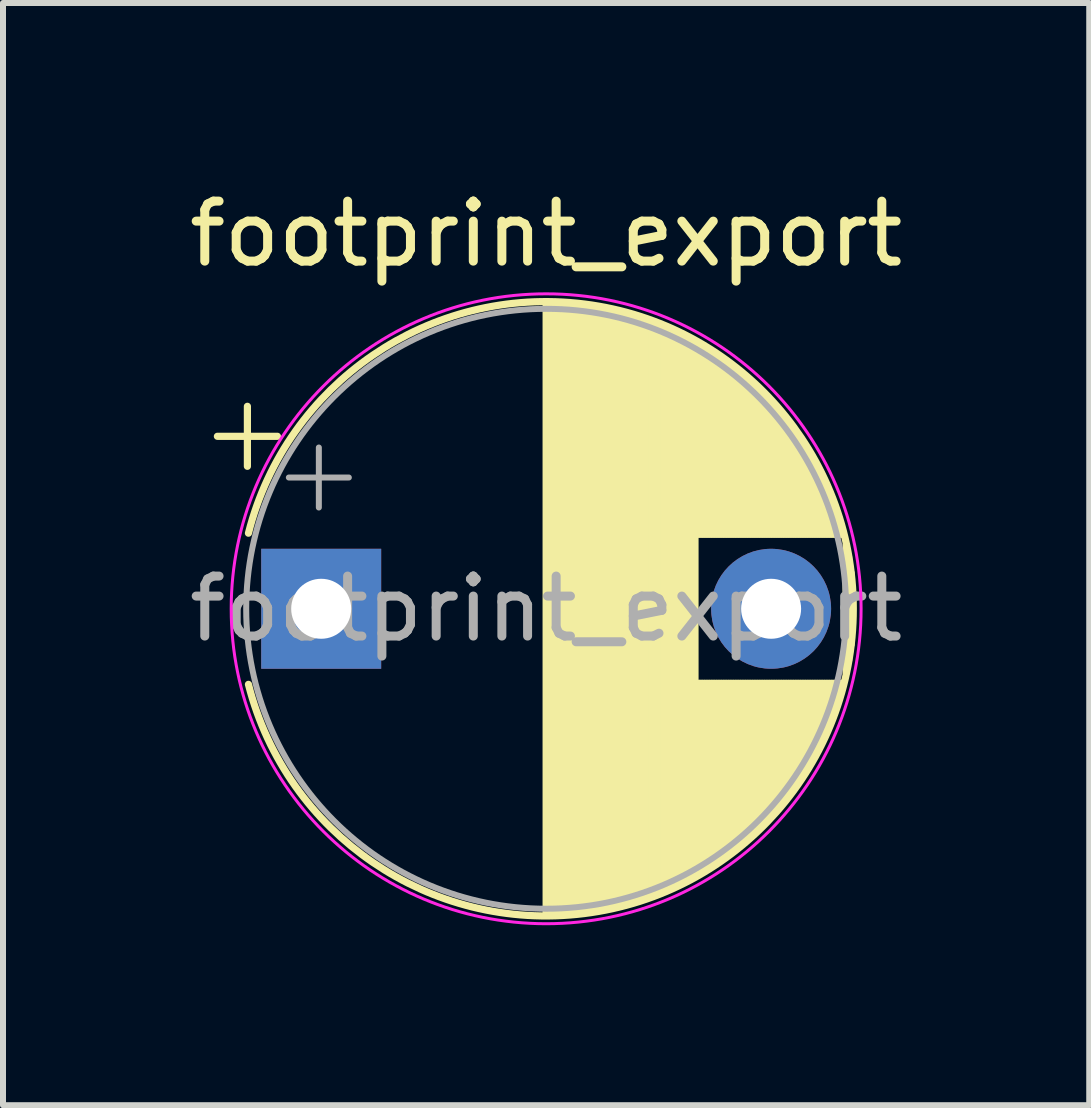
<source format=kicad_pcb>
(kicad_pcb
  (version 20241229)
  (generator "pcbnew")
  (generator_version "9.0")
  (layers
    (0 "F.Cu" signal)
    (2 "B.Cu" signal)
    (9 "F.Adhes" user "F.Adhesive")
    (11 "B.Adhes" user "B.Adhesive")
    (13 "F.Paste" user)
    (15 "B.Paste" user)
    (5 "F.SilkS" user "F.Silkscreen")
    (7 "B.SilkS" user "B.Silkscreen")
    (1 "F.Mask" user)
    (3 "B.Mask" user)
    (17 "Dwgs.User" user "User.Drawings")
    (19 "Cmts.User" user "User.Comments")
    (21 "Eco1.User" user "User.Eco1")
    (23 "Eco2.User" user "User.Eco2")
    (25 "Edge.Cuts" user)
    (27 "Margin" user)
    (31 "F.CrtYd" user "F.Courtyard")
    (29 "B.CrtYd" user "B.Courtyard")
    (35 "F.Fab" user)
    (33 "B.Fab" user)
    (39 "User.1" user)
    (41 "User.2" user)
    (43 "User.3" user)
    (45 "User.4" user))
  (footprint "footprint_export"
    (layer "F.Cu")
    (at 2.304 7.098)
    (property "Reference" "footprint_export" (at 3.75 -6.25 0) (layer "F.SilkS") (effects (font (size 1 1) (thickness 0.15))))
    (attr through_hole)
    (fp_line (start -1.73 -2.875) (end -0.73 -2.875) (stroke (width 0.12) (type solid)) (layer "F.SilkS"))
    (fp_line (start -1.23 -3.375) (end -1.23 -2.375) (stroke (width 0.12) (type solid)) (layer "F.SilkS"))
    (fp_line (start 3.75 -5.08) (end 3.75 5.08) (stroke (width 0.12) (type solid)) (layer "F.SilkS"))
    (fp_line (start 3.79 -5.08) (end 3.79 5.08) (stroke (width 0.12) (type solid)) (layer "F.SilkS"))
    (fp_line (start 3.83 -5.08) (end 3.83 5.08) (stroke (width 0.12) (type solid)) (layer "F.SilkS"))
    (fp_line (start 3.87 -5.079) (end 3.87 5.079) (stroke (width 0.12) (type solid)) (layer "F.SilkS"))
    (fp_line (start 3.91 -5.078) (end 3.91 5.078) (stroke (width 0.12) (type solid)) (layer "F.SilkS"))
    (fp_line (start 3.95 -5.077) (end 3.95 5.077) (stroke (width 0.12) (type solid)) (layer "F.SilkS"))
    (fp_line (start 3.99 -5.075) (end 3.99 5.075) (stroke (width 0.12) (type solid)) (layer "F.SilkS"))
    (fp_line (start 4.03 -5.073) (end 4.03 5.073) (stroke (width 0.12) (type solid)) (layer "F.SilkS"))
    (fp_line (start 4.07 -5.07) (end 4.07 5.07) (stroke (width 0.12) (type solid)) (layer "F.SilkS"))
    (fp_line (start 4.11 -5.068) (end 4.11 5.068) (stroke (width 0.12) (type solid)) (layer "F.SilkS"))
    (fp_line (start 4.15 -5.065) (end 4.15 5.065) (stroke (width 0.12) (type solid)) (layer "F.SilkS"))
    (fp_line (start 4.19 -5.062) (end 4.19 5.062) (stroke (width 0.12) (type solid)) (layer "F.SilkS"))
    (fp_line (start 4.23 -5.058) (end 4.23 5.058) (stroke (width 0.12) (type solid)) (layer "F.SilkS"))
    (fp_line (start 4.27 -5.054) (end 4.27 5.054) (stroke (width 0.12) (type solid)) (layer "F.SilkS"))
    (fp_line (start 4.31 -5.05) (end 4.31 5.05) (stroke (width 0.12) (type solid)) (layer "F.SilkS"))
    (fp_line (start 4.35 -5.045) (end 4.35 5.045) (stroke (width 0.12) (type solid)) (layer "F.SilkS"))
    (fp_line (start 4.39 -5.04) (end 4.39 5.04) (stroke (width 0.12) (type solid)) (layer "F.SilkS"))
    (fp_line (start 4.43 -5.035) (end 4.43 5.035) (stroke (width 0.12) (type solid)) (layer "F.SilkS"))
    (fp_line (start 4.471 -5.03) (end 4.471 5.03) (stroke (width 0.12) (type solid)) (layer "F.SilkS"))
    (fp_line (start 4.511 -5.024) (end 4.511 5.024) (stroke (width 0.12) (type solid)) (layer "F.SilkS"))
    (fp_line (start 4.551 -5.018) (end 4.551 5.018) (stroke (width 0.12) (type solid)) (layer "F.SilkS"))
    (fp_line (start 4.591 -5.011) (end 4.591 5.011) (stroke (width 0.12) (type solid)) (layer "F.SilkS"))
    (fp_line (start 4.631 -5.004) (end 4.631 5.004) (stroke (width 0.12) (type solid)) (layer "F.SilkS"))
    (fp_line (start 4.671 -4.997) (end 4.671 4.997) (stroke (width 0.12) (type solid)) (layer "F.SilkS"))
    (fp_line (start 4.711 -4.99) (end 4.711 4.99) (stroke (width 0.12) (type solid)) (layer "F.SilkS"))
    (fp_line (start 4.751 -4.982) (end 4.751 4.982) (stroke (width 0.12) (type solid)) (layer "F.SilkS"))
    (fp_line (start 4.791 -4.974) (end 4.791 4.974) (stroke (width 0.12) (type solid)) (layer "F.SilkS"))
    (fp_line (start 4.831 -4.965) (end 4.831 4.965) (stroke (width 0.12) (type solid)) (layer "F.SilkS"))
    (fp_line (start 4.871 -4.956) (end 4.871 4.956) (stroke (width 0.12) (type solid)) (layer "F.SilkS"))
    (fp_line (start 4.911 -4.947) (end 4.911 4.947) (stroke (width 0.12) (type solid)) (layer "F.SilkS"))
    (fp_line (start 4.951 -4.938) (end 4.951 4.938) (stroke (width 0.12) (type solid)) (layer "F.SilkS"))
    (fp_line (start 4.991 -4.928) (end 4.991 4.928) (stroke (width 0.12) (type solid)) (layer "F.SilkS"))
    (fp_line (start 5.031 -4.918) (end 5.031 4.918) (stroke (width 0.12) (type solid)) (layer "F.SilkS"))
    (fp_line (start 5.071 -4.907) (end 5.071 4.907) (stroke (width 0.12) (type solid)) (layer "F.SilkS"))
    (fp_line (start 5.111 -4.897) (end 5.111 4.897) (stroke (width 0.12) (type solid)) (layer "F.SilkS"))
    (fp_line (start 5.151 -4.885) (end 5.151 4.885) (stroke (width 0.12) (type solid)) (layer "F.SilkS"))
    (fp_line (start 5.191 -4.874) (end 5.191 4.874) (stroke (width 0.12) (type solid)) (layer "F.SilkS"))
    (fp_line (start 5.231 -4.862) (end 5.231 4.862) (stroke (width 0.12) (type solid)) (layer "F.SilkS"))
    (fp_line (start 5.271 -4.85) (end 5.271 4.85) (stroke (width 0.12) (type solid)) (layer "F.SilkS"))
    (fp_line (start 5.311 -4.837) (end 5.311 4.837) (stroke (width 0.12) (type solid)) (layer "F.SilkS"))
    (fp_line (start 5.351 -4.824) (end 5.351 4.824) (stroke (width 0.12) (type solid)) (layer "F.SilkS"))
    (fp_line (start 5.391 -4.811) (end 5.391 4.811) (stroke (width 0.12) (type solid)) (layer "F.SilkS"))
    (fp_line (start 5.431 -4.797) (end 5.431 4.797) (stroke (width 0.12) (type solid)) (layer "F.SilkS"))
    (fp_line (start 5.471 -4.783) (end 5.471 4.783) (stroke (width 0.12) (type solid)) (layer "F.SilkS"))
    (fp_line (start 5.511 -4.768) (end 5.511 4.768) (stroke (width 0.12) (type solid)) (layer "F.SilkS"))
    (fp_line (start 5.551 -4.754) (end 5.551 4.754) (stroke (width 0.12) (type solid)) (layer "F.SilkS"))
    (fp_line (start 5.591 -4.738) (end 5.591 4.738) (stroke (width 0.12) (type solid)) (layer "F.SilkS"))
    (fp_line (start 5.631 -4.723) (end 5.631 4.723) (stroke (width 0.12) (type solid)) (layer "F.SilkS"))
    (fp_line (start 5.671 -4.707) (end 5.671 4.707) (stroke (width 0.12) (type solid)) (layer "F.SilkS"))
    (fp_line (start 5.711 -4.69) (end 5.711 4.69) (stroke (width 0.12) (type solid)) (layer "F.SilkS"))
    (fp_line (start 5.751 -4.674) (end 5.751 4.674) (stroke (width 0.12) (type solid)) (layer "F.SilkS"))
    (fp_line (start 5.791 -4.657) (end 5.791 4.657) (stroke (width 0.12) (type solid)) (layer "F.SilkS"))
    (fp_line (start 5.831 -4.639) (end 5.831 4.639) (stroke (width 0.12) (type solid)) (layer "F.SilkS"))
    (fp_line (start 5.871 -4.621) (end 5.871 4.621) (stroke (width 0.12) (type solid)) (layer "F.SilkS"))
    (fp_line (start 5.911 -4.603) (end 5.911 4.603) (stroke (width 0.12) (type solid)) (layer "F.SilkS"))
    (fp_line (start 5.951 -4.584) (end 5.951 4.584) (stroke (width 0.12) (type solid)) (layer "F.SilkS"))
    (fp_line (start 5.991 -4.564) (end 5.991 4.564) (stroke (width 0.12) (type solid)) (layer "F.SilkS"))
    (fp_line (start 6.031 -4.545) (end 6.031 4.545) (stroke (width 0.12) (type solid)) (layer "F.SilkS"))
    (fp_line (start 6.071 -4.525) (end 6.071 4.525) (stroke (width 0.12) (type solid)) (layer "F.SilkS"))
    (fp_line (start 6.111 -4.504) (end 6.111 4.504) (stroke (width 0.12) (type solid)) (layer "F.SilkS"))
    (fp_line (start 6.151 -4.483) (end 6.151 4.483) (stroke (width 0.12) (type solid)) (layer "F.SilkS"))
    (fp_line (start 6.191 -4.462) (end 6.191 4.462) (stroke (width 0.12) (type solid)) (layer "F.SilkS"))
    (fp_line (start 6.231 -4.44) (end 6.231 4.44) (stroke (width 0.12) (type solid)) (layer "F.SilkS"))
    (fp_line (start 6.271 -4.417) (end 6.271 -1.241) (stroke (width 0.12) (type solid)) (layer "F.SilkS"))
    (fp_line (start 6.271 1.241) (end 6.271 4.417) (stroke (width 0.12) (type solid)) (layer "F.SilkS"))
    (fp_line (start 6.311 -4.395) (end 6.311 -1.241) (stroke (width 0.12) (type solid)) (layer "F.SilkS"))
    (fp_line (start 6.311 1.241) (end 6.311 4.395) (stroke (width 0.12) (type solid)) (layer "F.SilkS"))
    (fp_line (start 6.351 -4.371) (end 6.351 -1.241) (stroke (width 0.12) (type solid)) (layer "F.SilkS"))
    (fp_line (start 6.351 1.241) (end 6.351 4.371) (stroke (width 0.12) (type solid)) (layer "F.SilkS"))
    (fp_line (start 6.391 -4.347) (end 6.391 -1.241) (stroke (width 0.12) (type solid)) (layer "F.SilkS"))
    (fp_line (start 6.391 1.241) (end 6.391 4.347) (stroke (width 0.12) (type solid)) (layer "F.SilkS"))
    (fp_line (start 6.431 -4.323) (end 6.431 -1.241) (stroke (width 0.12) (type solid)) (layer "F.SilkS"))
    (fp_line (start 6.431 1.241) (end 6.431 4.323) (stroke (width 0.12) (type solid)) (layer "F.SilkS"))
    (fp_line (start 6.471 -4.298) (end 6.471 -1.241) (stroke (width 0.12) (type solid)) (layer "F.SilkS"))
    (fp_line (start 6.471 1.241) (end 6.471 4.298) (stroke (width 0.12) (type solid)) (layer "F.SilkS"))
    (fp_line (start 6.511 -4.273) (end 6.511 -1.241) (stroke (width 0.12) (type solid)) (layer "F.SilkS"))
    (fp_line (start 6.511 1.241) (end 6.511 4.273) (stroke (width 0.12) (type solid)) (layer "F.SilkS"))
    (fp_line (start 6.551 -4.247) (end 6.551 -1.241) (stroke (width 0.12) (type solid)) (layer "F.SilkS"))
    (fp_line (start 6.551 1.241) (end 6.551 4.247) (stroke (width 0.12) (type solid)) (layer "F.SilkS"))
    (fp_line (start 6.591 -4.221) (end 6.591 -1.241) (stroke (width 0.12) (type solid)) (layer "F.SilkS"))
    (fp_line (start 6.591 1.241) (end 6.591 4.221) (stroke (width 0.12) (type solid)) (layer "F.SilkS"))
    (fp_line (start 6.631 -4.194) (end 6.631 -1.241) (stroke (width 0.12) (type solid)) (layer "F.SilkS"))
    (fp_line (start 6.631 1.241) (end 6.631 4.194) (stroke (width 0.12) (type solid)) (layer "F.SilkS"))
    (fp_line (start 6.671 -4.166) (end 6.671 -1.241) (stroke (width 0.12) (type solid)) (layer "F.SilkS"))
    (fp_line (start 6.671 1.241) (end 6.671 4.166) (stroke (width 0.12) (type solid)) (layer "F.SilkS"))
    (fp_line (start 6.711 -4.138) (end 6.711 -1.241) (stroke (width 0.12) (type solid)) (layer "F.SilkS"))
    (fp_line (start 6.711 1.241) (end 6.711 4.138) (stroke (width 0.12) (type solid)) (layer "F.SilkS"))
    (fp_line (start 6.751 -4.11) (end 6.751 -1.241) (stroke (width 0.12) (type solid)) (layer "F.SilkS"))
    (fp_line (start 6.751 1.241) (end 6.751 4.11) (stroke (width 0.12) (type solid)) (layer "F.SilkS"))
    (fp_line (start 6.791 -4.08) (end 6.791 -1.241) (stroke (width 0.12) (type solid)) (layer "F.SilkS"))
    (fp_line (start 6.791 1.241) (end 6.791 4.08) (stroke (width 0.12) (type solid)) (layer "F.SilkS"))
    (fp_line (start 6.831 -4.05) (end 6.831 -1.241) (stroke (width 0.12) (type solid)) (layer "F.SilkS"))
    (fp_line (start 6.831 1.241) (end 6.831 4.05) (stroke (width 0.12) (type solid)) (layer "F.SilkS"))
    (fp_line (start 6.871 -4.02) (end 6.871 -1.241) (stroke (width 0.12) (type solid)) (layer "F.SilkS"))
    (fp_line (start 6.871 1.241) (end 6.871 4.02) (stroke (width 0.12) (type solid)) (layer "F.SilkS"))
    (fp_line (start 6.911 -3.989) (end 6.911 -1.241) (stroke (width 0.12) (type solid)) (layer "F.SilkS"))
    (fp_line (start 6.911 1.241) (end 6.911 3.989) (stroke (width 0.12) (type solid)) (layer "F.SilkS"))
    (fp_line (start 6.951 -3.957) (end 6.951 -1.241) (stroke (width 0.12) (type solid)) (layer "F.SilkS"))
    (fp_line (start 6.951 1.241) (end 6.951 3.957) (stroke (width 0.12) (type solid)) (layer "F.SilkS"))
    (fp_line (start 6.991 -3.925) (end 6.991 -1.241) (stroke (width 0.12) (type solid)) (layer "F.SilkS"))
    (fp_line (start 6.991 1.241) (end 6.991 3.925) (stroke (width 0.12) (type solid)) (layer "F.SilkS"))
    (fp_line (start 7.031 -3.892) (end 7.031 -1.241) (stroke (width 0.12) (type solid)) (layer "F.SilkS"))
    (fp_line (start 7.031 1.241) (end 7.031 3.892) (stroke (width 0.12) (type solid)) (layer "F.SilkS"))
    (fp_line (start 7.071 -3.858) (end 7.071 -1.241) (stroke (width 0.12) (type solid)) (layer "F.SilkS"))
    (fp_line (start 7.071 1.241) (end 7.071 3.858) (stroke (width 0.12) (type solid)) (layer "F.SilkS"))
    (fp_line (start 7.111 -3.824) (end 7.111 -1.241) (stroke (width 0.12) (type solid)) (layer "F.SilkS"))
    (fp_line (start 7.111 1.241) (end 7.111 3.824) (stroke (width 0.12) (type solid)) (layer "F.SilkS"))
    (fp_line (start 7.151 -3.789) (end 7.151 -1.241) (stroke (width 0.12) (type solid)) (layer "F.SilkS"))
    (fp_line (start 7.151 1.241) (end 7.151 3.789) (stroke (width 0.12) (type solid)) (layer "F.SilkS"))
    (fp_line (start 7.191 -3.753) (end 7.191 -1.241) (stroke (width 0.12) (type solid)) (layer "F.SilkS"))
    (fp_line (start 7.191 1.241) (end 7.191 3.753) (stroke (width 0.12) (type solid)) (layer "F.SilkS"))
    (fp_line (start 7.231 -3.716) (end 7.231 -1.241) (stroke (width 0.12) (type solid)) (layer "F.SilkS"))
    (fp_line (start 7.231 1.241) (end 7.231 3.716) (stroke (width 0.12) (type solid)) (layer "F.SilkS"))
    (fp_line (start 7.271 -3.679) (end 7.271 -1.241) (stroke (width 0.12) (type solid)) (layer "F.SilkS"))
    (fp_line (start 7.271 1.241) (end 7.271 3.679) (stroke (width 0.12) (type solid)) (layer "F.SilkS"))
    (fp_line (start 7.311 -3.64) (end 7.311 -1.241) (stroke (width 0.12) (type solid)) (layer "F.SilkS"))
    (fp_line (start 7.311 1.241) (end 7.311 3.64) (stroke (width 0.12) (type solid)) (layer "F.SilkS"))
    (fp_line (start 7.351 -3.601) (end 7.351 -1.241) (stroke (width 0.12) (type solid)) (layer "F.SilkS"))
    (fp_line (start 7.351 1.241) (end 7.351 3.601) (stroke (width 0.12) (type solid)) (layer "F.SilkS"))
    (fp_line (start 7.391 -3.561) (end 7.391 -1.241) (stroke (width 0.12) (type solid)) (layer "F.SilkS"))
    (fp_line (start 7.391 1.241) (end 7.391 3.561) (stroke (width 0.12) (type solid)) (layer "F.SilkS"))
    (fp_line (start 7.431 -3.52) (end 7.431 -1.241) (stroke (width 0.12) (type solid)) (layer "F.SilkS"))
    (fp_line (start 7.431 1.241) (end 7.431 3.52) (stroke (width 0.12) (type solid)) (layer "F.SilkS"))
    (fp_line (start 7.471 -3.478) (end 7.471 -1.241) (stroke (width 0.12) (type solid)) (layer "F.SilkS"))
    (fp_line (start 7.471 1.241) (end 7.471 3.478) (stroke (width 0.12) (type solid)) (layer "F.SilkS"))
    (fp_line (start 7.511 -3.436) (end 7.511 -1.241) (stroke (width 0.12) (type solid)) (layer "F.SilkS"))
    (fp_line (start 7.511 1.241) (end 7.511 3.436) (stroke (width 0.12) (type solid)) (layer "F.SilkS"))
    (fp_line (start 7.551 -3.392) (end 7.551 -1.241) (stroke (width 0.12) (type solid)) (layer "F.SilkS"))
    (fp_line (start 7.551 1.241) (end 7.551 3.392) (stroke (width 0.12) (type solid)) (layer "F.SilkS"))
    (fp_line (start 7.591 -3.347) (end 7.591 -1.241) (stroke (width 0.12) (type solid)) (layer "F.SilkS"))
    (fp_line (start 7.591 1.241) (end 7.591 3.347) (stroke (width 0.12) (type solid)) (layer "F.SilkS"))
    (fp_line (start 7.631 -3.301) (end 7.631 -1.241) (stroke (width 0.12) (type solid)) (layer "F.SilkS"))
    (fp_line (start 7.631 1.241) (end 7.631 3.301) (stroke (width 0.12) (type solid)) (layer "F.SilkS"))
    (fp_line (start 7.671 -3.254) (end 7.671 -1.241) (stroke (width 0.12) (type solid)) (layer "F.SilkS"))
    (fp_line (start 7.671 1.241) (end 7.671 3.254) (stroke (width 0.12) (type solid)) (layer "F.SilkS"))
    (fp_line (start 7.711 -3.206) (end 7.711 -1.241) (stroke (width 0.12) (type solid)) (layer "F.SilkS"))
    (fp_line (start 7.711 1.241) (end 7.711 3.206) (stroke (width 0.12) (type solid)) (layer "F.SilkS"))
    (fp_line (start 7.751 -3.156) (end 7.751 -1.241) (stroke (width 0.12) (type solid)) (layer "F.SilkS"))
    (fp_line (start 7.751 1.241) (end 7.751 3.156) (stroke (width 0.12) (type solid)) (layer "F.SilkS"))
    (fp_line (start 7.791 -3.106) (end 7.791 -1.241) (stroke (width 0.12) (type solid)) (layer "F.SilkS"))
    (fp_line (start 7.791 1.241) (end 7.791 3.106) (stroke (width 0.12) (type solid)) (layer "F.SilkS"))
    (fp_line (start 7.831 -3.054) (end 7.831 -1.241) (stroke (width 0.12) (type solid)) (layer "F.SilkS"))
    (fp_line (start 7.831 1.241) (end 7.831 3.054) (stroke (width 0.12) (type solid)) (layer "F.SilkS"))
    (fp_line (start 7.871 -3) (end 7.871 -1.241) (stroke (width 0.12) (type solid)) (layer "F.SilkS"))
    (fp_line (start 7.871 1.241) (end 7.871 3) (stroke (width 0.12) (type solid)) (layer "F.SilkS"))
    (fp_line (start 7.911 -2.945) (end 7.911 -1.241) (stroke (width 0.12) (type solid)) (layer "F.SilkS"))
    (fp_line (start 7.911 1.241) (end 7.911 2.945) (stroke (width 0.12) (type solid)) (layer "F.SilkS"))
    (fp_line (start 7.951 -2.889) (end 7.951 -1.241) (stroke (width 0.12) (type solid)) (layer "F.SilkS"))
    (fp_line (start 7.951 1.241) (end 7.951 2.889) (stroke (width 0.12) (type solid)) (layer "F.SilkS"))
    (fp_line (start 7.991 -2.83) (end 7.991 -1.241) (stroke (width 0.12) (type solid)) (layer "F.SilkS"))
    (fp_line (start 7.991 1.241) (end 7.991 2.83) (stroke (width 0.12) (type solid)) (layer "F.SilkS"))
    (fp_line (start 8.031 -2.77) (end 8.031 -1.241) (stroke (width 0.12) (type solid)) (layer "F.SilkS"))
    (fp_line (start 8.031 1.241) (end 8.031 2.77) (stroke (width 0.12) (type solid)) (layer "F.SilkS"))
    (fp_line (start 8.071 -2.709) (end 8.071 -1.241) (stroke (width 0.12) (type solid)) (layer "F.SilkS"))
    (fp_line (start 8.071 1.241) (end 8.071 2.709) (stroke (width 0.12) (type solid)) (layer "F.SilkS"))
    (fp_line (start 8.111 -2.645) (end 8.111 -1.241) (stroke (width 0.12) (type solid)) (layer "F.SilkS"))
    (fp_line (start 8.111 1.241) (end 8.111 2.645) (stroke (width 0.12) (type solid)) (layer "F.SilkS"))
    (fp_line (start 8.151 -2.579) (end 8.151 -1.241) (stroke (width 0.12) (type solid)) (layer "F.SilkS"))
    (fp_line (start 8.151 1.241) (end 8.151 2.579) (stroke (width 0.12) (type solid)) (layer "F.SilkS"))
    (fp_line (start 8.191 -2.51) (end 8.191 -1.241) (stroke (width 0.12) (type solid)) (layer "F.SilkS"))
    (fp_line (start 8.191 1.241) (end 8.191 2.51) (stroke (width 0.12) (type solid)) (layer "F.SilkS"))
    (fp_line (start 8.231 -2.439) (end 8.231 -1.241) (stroke (width 0.12) (type solid)) (layer "F.SilkS"))
    (fp_line (start 8.231 1.241) (end 8.231 2.439) (stroke (width 0.12) (type solid)) (layer "F.SilkS"))
    (fp_line (start 8.271 -2.365) (end 8.271 -1.241) (stroke (width 0.12) (type solid)) (layer "F.SilkS"))
    (fp_line (start 8.271 1.241) (end 8.271 2.365) (stroke (width 0.12) (type solid)) (layer "F.SilkS"))
    (fp_line (start 8.311 -2.289) (end 8.311 -1.241) (stroke (width 0.12) (type solid)) (layer "F.SilkS"))
    (fp_line (start 8.311 1.241) (end 8.311 2.289) (stroke (width 0.12) (type solid)) (layer "F.SilkS"))
    (fp_line (start 8.351 -2.209) (end 8.351 -1.241) (stroke (width 0.12) (type solid)) (layer "F.SilkS"))
    (fp_line (start 8.351 1.241) (end 8.351 2.209) (stroke (width 0.12) (type solid)) (layer "F.SilkS"))
    (fp_line (start 8.391 -2.125) (end 8.391 -1.241) (stroke (width 0.12) (type solid)) (layer "F.SilkS"))
    (fp_line (start 8.391 1.241) (end 8.391 2.125) (stroke (width 0.12) (type solid)) (layer "F.SilkS"))
    (fp_line (start 8.431 -2.037) (end 8.431 -1.241) (stroke (width 0.12) (type solid)) (layer "F.SilkS"))
    (fp_line (start 8.431 1.241) (end 8.431 2.037) (stroke (width 0.12) (type solid)) (layer "F.SilkS"))
    (fp_line (start 8.471 -1.944) (end 8.471 -1.241) (stroke (width 0.12) (type solid)) (layer "F.SilkS"))
    (fp_line (start 8.471 1.241) (end 8.471 1.944) (stroke (width 0.12) (type solid)) (layer "F.SilkS"))
    (fp_line (start 8.511 -1.846) (end 8.511 -1.241) (stroke (width 0.12) (type solid)) (layer "F.SilkS"))
    (fp_line (start 8.511 1.241) (end 8.511 1.846) (stroke (width 0.12) (type solid)) (layer "F.SilkS"))
    (fp_line (start 8.551 -1.742) (end 8.551 -1.241) (stroke (width 0.12) (type solid)) (layer "F.SilkS"))
    (fp_line (start 8.551 1.241) (end 8.551 1.742) (stroke (width 0.12) (type solid)) (layer "F.SilkS"))
    (fp_line (start 8.591 -1.63) (end 8.591 -1.241) (stroke (width 0.12) (type solid)) (layer "F.SilkS"))
    (fp_line (start 8.591 1.241) (end 8.591 1.63) (stroke (width 0.12) (type solid)) (layer "F.SilkS"))
    (fp_line (start 8.631 -1.51) (end 8.631 -1.241) (stroke (width 0.12) (type solid)) (layer "F.SilkS"))
    (fp_line (start 8.631 1.241) (end 8.631 1.51) (stroke (width 0.12) (type solid)) (layer "F.SilkS"))
    (fp_line (start 8.671 -1.378) (end 8.671 -1.241) (stroke (width 0.12) (type solid)) (layer "F.SilkS"))
    (fp_line (start 8.671 1.241) (end 8.671 1.378) (stroke (width 0.12) (type solid)) (layer "F.SilkS"))
    (fp_line (start 8.751 -1.062) (end 8.751 1.062) (stroke (width 0.12) (type solid)) (layer "F.SilkS"))
    (fp_line (start 8.791 -0.862) (end 8.791 0.862) (stroke (width 0.12) (type solid)) (layer "F.SilkS"))
    (fp_line (start 8.831 -0.599) (end 8.831 0.599) (stroke (width 0.12) (type solid)) (layer "F.SilkS"))
    (fp_arc (start -1.21254 -1.26) (mid 8.87 0) (end -1.21254 1.26) (stroke (width 0.12) (type solid)) (layer "F.SilkS"))
    (fp_circle (center 3.75 0) (end 9 0) (stroke (width 0.05) (type solid)) (fill no) (layer "F.CrtYd"))
    (fp_line (start -0.539 -2.188) (end 0.461 -2.188) (stroke (width 0.1) (type solid)) (layer "F.Fab"))
    (fp_line (start -0.039 -2.688) (end -0.039 -1.688) (stroke (width 0.1) (type solid)) (layer "F.Fab"))
    (fp_circle (center 3.75 0) (end 8.75 0) (stroke (width 0.1) (type solid)) (fill no) (layer "F.Fab"))
    (fp_text user "${REFERENCE}" (at 3.75 0 0) (layer "F.Fab") (effects (font (size 1 1) (thickness 0.15))))
    (pad "1" thru_hole rect (at 0 0) (size 2 2) (drill 1) (layers "*.Cu" "*.Mask"))
    (pad "2" thru_hole circle (at 7.5 0) (size 2 2) (drill 1) (layers "*.Cu" "*.Mask")))
  (gr_rect
    (start -3 -3)
    (end 15.107 15.373)
    (stroke (width 0.1) (type default))
    (fill no)
    (layer "Edge.Cuts")))
</source>
